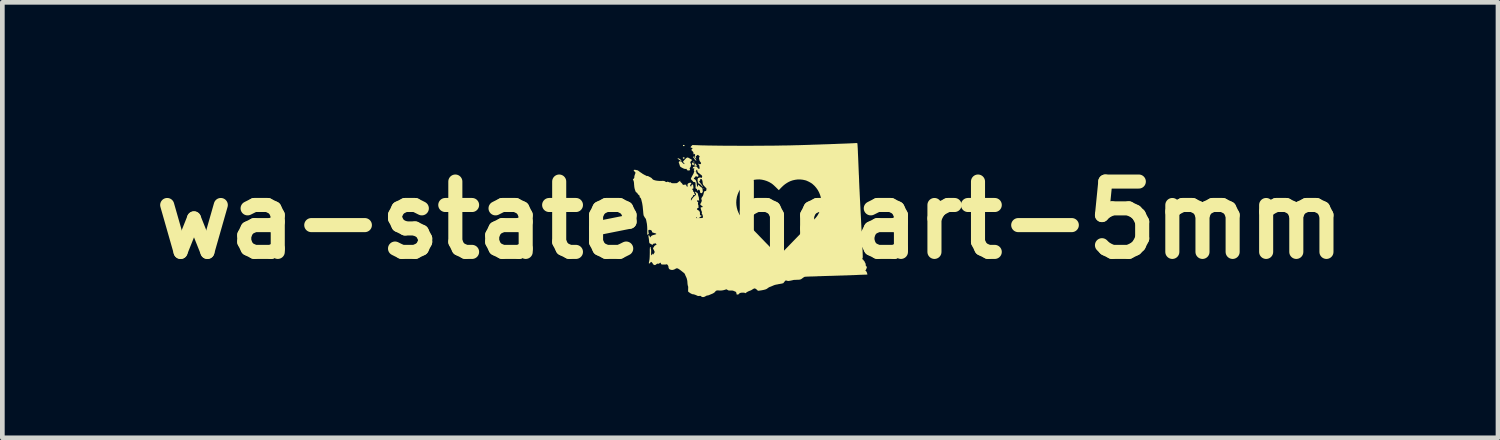
<source format=kicad_pcb>
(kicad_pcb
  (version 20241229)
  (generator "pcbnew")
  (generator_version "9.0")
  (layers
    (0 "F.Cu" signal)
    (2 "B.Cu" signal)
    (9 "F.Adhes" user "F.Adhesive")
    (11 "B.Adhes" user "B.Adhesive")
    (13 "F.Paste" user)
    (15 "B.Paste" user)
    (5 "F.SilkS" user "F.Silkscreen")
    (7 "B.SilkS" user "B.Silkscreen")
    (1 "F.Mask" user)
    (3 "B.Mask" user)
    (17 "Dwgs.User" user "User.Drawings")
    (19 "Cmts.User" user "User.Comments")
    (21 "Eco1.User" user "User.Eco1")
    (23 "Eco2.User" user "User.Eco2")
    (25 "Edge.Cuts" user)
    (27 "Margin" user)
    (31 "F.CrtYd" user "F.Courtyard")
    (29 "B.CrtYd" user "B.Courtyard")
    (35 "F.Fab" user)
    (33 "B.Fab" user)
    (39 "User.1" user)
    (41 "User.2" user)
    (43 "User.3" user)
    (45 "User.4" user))
  (footprint "wa-state-heart-5mm"
    (layer "F.Cu")
    (at 12.943 1.642)
    (property "Reference" "wa-state-heart-5mm" (at 0 0 0) (layer "F.SilkS") (effects (font (size 1.5 1.5) (thickness 0.3))))
    (attr board_only exclude_from_pos_files exclude_from_bom)
    (fp_poly (pts (xy -1.197 -1.248) (xy -1.19 -1.242) (xy -1.187 -1.234) (xy -1.189 -1.23) (xy -1.196 -1.23) (xy -1.199 -1.231) (xy -1.209 -1.236) (xy -1.213 -1.241) (xy -1.211 -1.246) (xy -1.205 -1.25)) (stroke (width 0) (type solid)) (fill yes) (layer "F.SilkS"))
    (fp_poly (pts (xy -0.991 -0.678) (xy -0.987 -0.675) (xy -0.983 -0.669) (xy -0.981 -0.663) (xy -0.982 -0.66) (xy -0.983 -0.66) (xy -0.988 -0.662) (xy -0.99 -0.664) (xy -0.993 -0.671) (xy -0.994 -0.674) (xy -0.993 -0.679)) (stroke (width 0) (type solid)) (fill yes) (layer "F.SilkS"))
    (fp_poly (pts (xy -1.419 -1.602) (xy -1.409 -1.598) (xy -1.4 -1.593) (xy -1.395 -1.587) (xy -1.396 -1.582) (xy -1.398 -1.58) (xy -1.404 -1.578) (xy -1.414 -1.577) (xy -1.424 -1.578) (xy -1.429 -1.579) (xy -1.432 -1.583) (xy -1.433 -1.591) (xy -1.433 -1.592) (xy -1.432 -1.599) (xy -1.427 -1.603)) (stroke (width 0) (type solid)) (fill yes) (layer "F.SilkS"))
    (fp_poly (pts (xy -1.406 -1.341) (xy -1.402 -1.337) (xy -1.401 -1.329) (xy -1.402 -1.319) (xy -1.405 -1.311) (xy -1.407 -1.308) (xy -1.414 -1.303) (xy -1.419 -1.302) (xy -1.422 -1.308) (xy -1.422 -1.309) (xy -1.427 -1.317) (xy -1.432 -1.319) (xy -1.438 -1.322) (xy -1.438 -1.326) (xy -1.434 -1.331) (xy -1.425 -1.337) (xy -1.415 -1.341) (xy -1.407 -1.341)) (stroke (width 0) (type solid)) (fill yes) (layer "F.SilkS"))
    (fp_poly (pts (xy -1.216 -1.228) (xy -1.21 -1.22) (xy -1.205 -1.21) (xy -1.2 -1.199) (xy -1.199 -1.192) (xy -1.201 -1.182) (xy -1.207 -1.175) (xy -1.214 -1.17) (xy -1.221 -1.17) (xy -1.227 -1.174) (xy -1.233 -1.183) (xy -1.238 -1.194) (xy -1.24 -1.204) (xy -1.241 -1.206) (xy -1.238 -1.213) (xy -1.233 -1.221) (xy -1.231 -1.223) (xy -1.225 -1.228) (xy -1.22 -1.23)) (stroke (width 0) (type solid)) (fill yes) (layer "F.SilkS"))
    (fp_poly (pts (xy -1.162 -1.195) (xy -1.15 -1.181) (xy -1.141 -1.169) (xy -1.136 -1.161) (xy -1.135 -1.156) (xy -1.138 -1.155) (xy -1.144 -1.157) (xy -1.152 -1.159) (xy -1.162 -1.158) (xy -1.165 -1.157) (xy -1.175 -1.155) (xy -1.18 -1.154) (xy -1.182 -1.155) (xy -1.184 -1.156) (xy -1.184 -1.156) (xy -1.185 -1.161) (xy -1.186 -1.17) (xy -1.185 -1.182) (xy -1.184 -1.195) (xy -1.183 -1.202) (xy -1.181 -1.216)) (stroke (width 0) (type solid)) (fill yes) (layer "F.SilkS"))
    (fp_poly (pts (xy -1.539 -1.318) (xy -1.529 -1.315) (xy -1.517 -1.311) (xy -1.505 -1.305) (xy -1.494 -1.298) (xy -1.491 -1.296) (xy -1.485 -1.29) (xy -1.478 -1.282) (xy -1.471 -1.273) (xy -1.466 -1.265) (xy -1.465 -1.261) (xy -1.467 -1.26) (xy -1.474 -1.261) (xy -1.484 -1.266) (xy -1.486 -1.267) (xy -1.502 -1.277) (xy -1.517 -1.287) (xy -1.53 -1.297) (xy -1.54 -1.305) (xy -1.547 -1.312) (xy -1.548 -1.315) (xy -1.546 -1.318)) (stroke (width 0) (type solid)) (fill yes) (layer "F.SilkS"))
    (fp_poly (pts (xy -1.203 -1.354) (xy -1.196 -1.345) (xy -1.194 -1.341) (xy -1.185 -1.328) (xy -1.175 -1.314) (xy -1.168 -1.306) (xy -1.157 -1.292) (xy -1.151 -1.282) (xy -1.148 -1.274) (xy -1.148 -1.271) (xy -1.149 -1.267) (xy -1.155 -1.267) (xy -1.163 -1.272) (xy -1.171 -1.28) (xy -1.181 -1.291) (xy -1.189 -1.302) (xy -1.192 -1.308) (xy -1.199 -1.319) (xy -1.207 -1.328) (xy -1.209 -1.331) (xy -1.215 -1.337) (xy -1.217 -1.342) (xy -1.216 -1.348) (xy -1.212 -1.355) (xy -1.208 -1.358)) (stroke (width 0) (type solid)) (fill yes) (layer "F.SilkS"))
    (fp_poly (pts (xy -1.328 -1.333) (xy -1.323 -1.332) (xy -1.317 -1.329) (xy -1.308 -1.324) (xy -1.296 -1.318) (xy -1.283 -1.31) (xy -1.27 -1.302) (xy -1.257 -1.295) (xy -1.247 -1.288) (xy -1.24 -1.283) (xy -1.237 -1.281) (xy -1.237 -1.281) (xy -1.239 -1.278) (xy -1.245 -1.272) (xy -1.253 -1.264) (xy -1.257 -1.261) (xy -1.268 -1.249) (xy -1.274 -1.239) (xy -1.276 -1.229) (xy -1.273 -1.218) (xy -1.266 -1.204) (xy -1.266 -1.204) (xy -1.261 -1.194) (xy -1.259 -1.187) (xy -1.259 -1.182) (xy -1.261 -1.177) (xy -1.261 -1.177) (xy -1.264 -1.167) (xy -1.265 -1.156) (xy -1.265 -1.155) (xy -1.267 -1.143) (xy -1.27 -1.134) (xy -1.279 -1.122) (xy -1.285 -1.114) (xy -1.289 -1.108) (xy -1.29 -1.103) (xy -1.289 -1.098) (xy -1.287 -1.092) (xy -1.286 -1.089) (xy -1.283 -1.076) (xy -1.281 -1.069) (xy -1.283 -1.064) (xy -1.287 -1.062) (xy -1.293 -1.061) (xy -1.31 -1.058) (xy -1.321 -1.057) (xy -1.328 -1.056) (xy -1.332 -1.057) (xy -1.333 -1.057) (xy -1.337 -1.061) (xy -1.34 -1.066) (xy -1.345 -1.073) (xy -1.35 -1.076) (xy -1.355 -1.08) (xy -1.356 -1.085) (xy -1.356 -1.09) (xy -1.359 -1.092) (xy -1.364 -1.092) (xy -1.373 -1.091) (xy -1.39 -1.091) (xy -1.408 -1.095) (xy -1.428 -1.103) (xy -1.451 -1.115) (xy -1.452 -1.115) (xy -1.464 -1.122) (xy -1.473 -1.128) (xy -1.48 -1.131) (xy -1.481 -1.132) (xy -1.485 -1.134) (xy -1.49 -1.141) (xy -1.496 -1.15) (xy -1.5 -1.16) (xy -1.502 -1.169) (xy -1.505 -1.179) (xy -1.508 -1.188) (xy -1.509 -1.189) (xy -1.512 -1.198) (xy -1.513 -1.204) (xy -1.515 -1.212) (xy -1.518 -1.216) (xy -1.522 -1.225) (xy -1.521 -1.236) (xy -1.518 -1.244) (xy -1.515 -1.249) (xy -1.511 -1.252) (xy -1.506 -1.253) (xy -1.497 -1.253) (xy -1.49 -1.253) (xy -1.477 -1.252) (xy -1.47 -1.25) (xy -1.465 -1.247) (xy -1.462 -1.244) (xy -1.455 -1.234) (xy -1.445 -1.224) (xy -1.435 -1.213) (xy -1.425 -1.204) (xy -1.418 -1.198) (xy -1.416 -1.197) (xy -1.408 -1.194) (xy -1.402 -1.194) (xy -1.398 -1.198) (xy -1.399 -1.203) (xy -1.405 -1.208) (xy -1.41 -1.21) (xy -1.417 -1.213) (xy -1.42 -1.218) (xy -1.42 -1.222) (xy -1.422 -1.232) (xy -1.427 -1.239) (xy -1.433 -1.246) (xy -1.411 -1.271) (xy -1.392 -1.292) (xy -1.377 -1.308) (xy -1.364 -1.32) (xy -1.354 -1.328) (xy -1.345 -1.332) (xy -1.336 -1.334)) (stroke (width 0) (type solid)) (fill yes) (layer "F.SilkS"))
    (fp_poly (pts (xy 2.277 -1.642) (xy 2.283 -1.641) (xy 2.283 -1.641) (xy 2.284 -1.637) (xy 2.286 -1.628) (xy 2.287 -1.616) (xy 2.289 -1.602) (xy 2.289 -1.594) (xy 2.29 -1.579) (xy 2.291 -1.559) (xy 2.293 -1.534) (xy 2.294 -1.504) (xy 2.296 -1.471) (xy 2.297 -1.433) (xy 2.299 -1.393) (xy 2.301 -1.35) (xy 2.303 -1.304) (xy 2.305 -1.257) (xy 2.307 -1.208) (xy 2.309 -1.159) (xy 2.311 -1.109) (xy 2.313 -1.059) (xy 2.315 -1.01) (xy 2.317 -0.962) (xy 2.318 -0.957) (xy 2.319 -0.93) (xy 2.32 -0.905) (xy 2.321 -0.881) (xy 2.322 -0.858) (xy 2.322 -0.836) (xy 2.323 -0.814) (xy 2.324 -0.793) (xy 2.325 -0.771) (xy 2.326 -0.748) (xy 2.327 -0.725) (xy 2.328 -0.701) (xy 2.329 -0.676) (xy 2.331 -0.649) (xy 2.332 -0.62) (xy 2.334 -0.588) (xy 2.335 -0.555) (xy 2.337 -0.518) (xy 2.339 -0.478) (xy 2.341 -0.435) (xy 2.344 -0.388) (xy 2.346 -0.338) (xy 2.349 -0.282) (xy 2.352 -0.223) (xy 2.355 -0.158) (xy 2.359 -0.088) (xy 2.363 -0.013) (xy 2.367 0.068) (xy 2.371 0.155) (xy 2.372 0.171) (xy 2.376 0.247) (xy 2.379 0.315) (xy 2.382 0.378) (xy 2.385 0.436) (xy 2.388 0.488) (xy 2.39 0.535) (xy 2.392 0.577) (xy 2.394 0.615) (xy 2.396 0.648) (xy 2.397 0.678) (xy 2.398 0.703) (xy 2.399 0.725) (xy 2.399 0.744) (xy 2.4 0.76) (xy 2.4 0.774) (xy 2.4 0.785) (xy 2.4 0.793) (xy 2.399 0.8) (xy 2.399 0.805) (xy 2.398 0.809) (xy 2.397 0.812) (xy 2.397 0.814) (xy 2.395 0.815) (xy 2.394 0.816) (xy 2.393 0.817) (xy 2.393 0.818) (xy 2.389 0.824) (xy 2.389 0.831) (xy 2.394 0.835) (xy 2.394 0.835) (xy 2.403 0.839) (xy 2.411 0.846) (xy 2.416 0.853) (xy 2.417 0.856) (xy 2.419 0.861) (xy 2.425 0.868) (xy 2.428 0.87) (xy 2.438 0.88) (xy 2.441 0.891) (xy 2.445 0.901) (xy 2.45 0.909) (xy 2.451 0.909) (xy 2.456 0.917) (xy 2.46 0.93) (xy 2.463 0.943) (xy 2.463 0.956) (xy 2.463 0.957) (xy 2.463 0.965) (xy 2.466 0.972) (xy 2.472 0.98) (xy 2.481 0.99) (xy 2.486 0.997) (xy 2.488 1.003) (xy 2.487 1.009) (xy 2.484 1.018) (xy 2.482 1.024) (xy 2.476 1.041) (xy 2.469 1.055) (xy 2.464 1.066) (xy 2.459 1.072) (xy 2.459 1.072) (xy 2.455 1.076) (xy 2.458 1.081) (xy 2.463 1.083) (xy 2.47 1.088) (xy 2.477 1.096) (xy 2.478 1.097) (xy 2.482 1.105) (xy 2.487 1.116) (xy 2.491 1.128) (xy 2.495 1.141) (xy 2.498 1.151) (xy 2.499 1.158) (xy 2.499 1.16) (xy 2.495 1.161) (xy 2.486 1.162) (xy 2.474 1.162) (xy 2.466 1.163) (xy 2.451 1.163) (xy 2.43 1.164) (xy 2.404 1.165) (xy 2.373 1.166) (xy 2.337 1.167) (xy 2.298 1.169) (xy 2.255 1.171) (xy 2.209 1.173) (xy 2.201 1.173) (xy 2.171 1.174) (xy 2.135 1.176) (xy 2.095 1.177) (xy 2.051 1.179) (xy 2.005 1.18) (xy 1.956 1.182) (xy 1.906 1.183) (xy 1.857 1.185) (xy 1.808 1.186) (xy 1.761 1.188) (xy 1.716 1.189) (xy 1.704 1.189) (xy 1.671 1.19) (xy 1.638 1.191) (xy 1.604 1.192) (xy 1.572 1.193) (xy 1.542 1.194) (xy 1.517 1.195) (xy 1.497 1.196) (xy 1.475 1.196) (xy 1.448 1.197) (xy 1.417 1.199) (xy 1.385 1.2) (xy 1.352 1.201) (xy 1.32 1.202) (xy 1.305 1.202) (xy 1.277 1.203) (xy 1.251 1.204) (xy 1.227 1.205) (xy 1.206 1.206) (xy 1.189 1.207) (xy 1.176 1.208) (xy 1.17 1.208) (xy 1.161 1.21) (xy 1.153 1.213) (xy 1.143 1.219) (xy 1.132 1.227) (xy 1.123 1.233) (xy 1.107 1.245) (xy 1.095 1.254) (xy 1.084 1.26) (xy 1.073 1.265) (xy 1.062 1.268) (xy 1.049 1.27) (xy 1.033 1.272) (xy 1.012 1.272) (xy 0.994 1.273) (xy 0.968 1.274) (xy 0.949 1.274) (xy 0.933 1.276) (xy 0.922 1.277) (xy 0.914 1.279) (xy 0.91 1.28) (xy 0.9 1.283) (xy 0.885 1.286) (xy 0.868 1.29) (xy 0.85 1.293) (xy 0.833 1.296) (xy 0.819 1.298) (xy 0.811 1.298) (xy 0.801 1.297) (xy 0.789 1.294) (xy 0.781 1.292) (xy 0.771 1.288) (xy 0.764 1.287) (xy 0.759 1.287) (xy 0.754 1.29) (xy 0.747 1.295) (xy 0.739 1.304) (xy 0.73 1.315) (xy 0.727 1.318) (xy 0.719 1.329) (xy 0.711 1.339) (xy 0.705 1.345) (xy 0.703 1.346) (xy 0.697 1.348) (xy 0.686 1.35) (xy 0.672 1.354) (xy 0.656 1.357) (xy 0.651 1.358) (xy 0.633 1.361) (xy 0.617 1.364) (xy 0.603 1.366) (xy 0.593 1.368) (xy 0.592 1.369) (xy 0.582 1.371) (xy 0.569 1.373) (xy 0.554 1.376) (xy 0.55 1.377) (xy 0.53 1.381) (xy 0.51 1.388) (xy 0.488 1.397) (xy 0.484 1.399) (xy 0.468 1.406) (xy 0.451 1.413) (xy 0.436 1.419) (xy 0.425 1.423) (xy 0.413 1.427) (xy 0.402 1.433) (xy 0.39 1.44) (xy 0.376 1.45) (xy 0.363 1.46) (xy 0.352 1.467) (xy 0.338 1.474) (xy 0.329 1.477) (xy 0.309 1.483) (xy 0.285 1.489) (xy 0.259 1.494) (xy 0.232 1.499) (xy 0.208 1.502) (xy 0.199 1.504) (xy 0.166 1.507) (xy 0.146 1.488) (xy 0.129 1.473) (xy 0.114 1.463) (xy 0.101 1.458) (xy 0.087 1.458) (xy 0.072 1.464) (xy 0.055 1.474) (xy 0.049 1.478) (xy 0.035 1.487) (xy 0.019 1.496) (xy 0.006 1.502) (xy -0.019 1.511) (xy -0.038 1.519) (xy -0.054 1.527) (xy -0.067 1.534) (xy -0.077 1.541) (xy -0.081 1.544) (xy -0.1 1.559) (xy -0.113 1.553) (xy -0.121 1.55) (xy -0.131 1.548) (xy -0.143 1.547) (xy -0.16 1.547) (xy -0.186 1.548) (xy -0.206 1.552) (xy -0.221 1.557) (xy -0.232 1.565) (xy -0.237 1.571) (xy -0.243 1.578) (xy -0.249 1.584) (xy -0.251 1.584) (xy -0.259 1.586) (xy -0.269 1.587) (xy -0.278 1.587) (xy -0.285 1.587) (xy -0.287 1.586) (xy -0.289 1.582) (xy -0.291 1.573) (xy -0.292 1.563) (xy -0.296 1.547) (xy -0.301 1.536) (xy -0.31 1.528) (xy -0.324 1.521) (xy -0.326 1.521) (xy -0.338 1.516) (xy -0.35 1.511) (xy -0.356 1.508) (xy -0.361 1.506) (xy -0.368 1.504) (xy -0.377 1.503) (xy -0.389 1.502) (xy -0.406 1.502) (xy -0.412 1.502) (xy -0.457 1.502) (xy -0.482 1.489) (xy -0.508 1.475) (xy -0.535 1.485) (xy -0.568 1.494) (xy -0.6 1.5) (xy -0.63 1.502) (xy -0.649 1.502) (xy -0.674 1.5) (xy -0.693 1.499) (xy -0.709 1.501) (xy -0.721 1.504) (xy -0.731 1.51) (xy -0.74 1.518) (xy -0.747 1.528) (xy -0.756 1.538) (xy -0.766 1.546) (xy -0.779 1.555) (xy -0.786 1.559) (xy -0.799 1.566) (xy -0.812 1.572) (xy -0.823 1.576) (xy -0.825 1.577) (xy -0.834 1.581) (xy -0.847 1.586) (xy -0.86 1.592) (xy -0.863 1.593) (xy -0.884 1.602) (xy -0.904 1.607) (xy -0.909 1.607) (xy -0.925 1.61) (xy -0.936 1.614) (xy -0.944 1.619) (xy -0.965 1.631) (xy -0.985 1.639) (xy -1.004 1.642) (xy -1.021 1.64) (xy -1.022 1.64) (xy -1.033 1.635) (xy -1.044 1.628) (xy -1.047 1.625) (xy -1.059 1.615) (xy -1.086 1.617) (xy -1.1 1.618) (xy -1.11 1.618) (xy -1.117 1.617) (xy -1.126 1.613) (xy -1.136 1.608) (xy -1.155 1.6) (xy -1.174 1.592) (xy -1.194 1.586) (xy -1.211 1.582) (xy -1.224 1.58) (xy -1.226 1.58) (xy -1.235 1.58) (xy -1.241 1.578) (xy -1.242 1.577) (xy -1.246 1.574) (xy -1.254 1.57) (xy -1.255 1.569) (xy -1.265 1.565) (xy -1.277 1.558) (xy -1.289 1.549) (xy -1.302 1.541) (xy -1.312 1.533) (xy -1.319 1.527) (xy -1.321 1.525) (xy -1.323 1.519) (xy -1.323 1.507) (xy -1.323 1.49) (xy -1.322 1.47) (xy -1.322 1.451) (xy -1.321 1.437) (xy -1.322 1.427) (xy -1.322 1.419) (xy -1.324 1.412) (xy -1.327 1.405) (xy -1.327 1.405) (xy -1.33 1.393) (xy -1.333 1.378) (xy -1.336 1.357) (xy -1.337 1.343) (xy -1.339 1.313) (xy -1.342 1.287) (xy -1.347 1.266) (xy -1.352 1.245) (xy -1.36 1.225) (xy -1.369 1.204) (xy -1.373 1.197) (xy -1.379 1.184) (xy -1.384 1.172) (xy -1.388 1.162) (xy -1.388 1.162) (xy -1.391 1.154) (xy -1.394 1.148) (xy -1.398 1.141) (xy -1.405 1.134) (xy -1.413 1.126) (xy -1.426 1.116) (xy -1.442 1.103) (xy -1.45 1.097) (xy -1.476 1.076) (xy -1.498 1.06) (xy -1.516 1.047) (xy -1.531 1.038) (xy -1.543 1.032) (xy -1.551 1.029) (xy -1.564 1.028) (xy -1.576 1.03) (xy -1.587 1.034) (xy -1.591 1.038) (xy -1.596 1.042) (xy -1.605 1.047) (xy -1.611 1.049) (xy -1.623 1.054) (xy -1.635 1.058) (xy -1.64 1.06) (xy -1.655 1.063) (xy -1.673 1.063) (xy -1.691 1.059) (xy -1.709 1.054) (xy -1.722 1.046) (xy -1.733 1.032) (xy -1.74 1.015) (xy -1.741 1.003) (xy -1.744 0.984) (xy -1.752 0.966) (xy -1.764 0.952) (xy -1.775 0.941) (xy -1.795 0.946) (xy -1.806 0.947) (xy -1.821 0.948) (xy -1.838 0.948) (xy -1.855 0.948) (xy -1.871 0.947) (xy -1.884 0.946) (xy -1.892 0.944) (xy -1.893 0.943) (xy -1.899 0.937) (xy -1.903 0.926) (xy -1.904 0.925) (xy -1.907 0.916) (xy -1.911 0.909) (xy -1.912 0.908) (xy -1.917 0.909) (xy -1.925 0.914) (xy -1.93 0.918) (xy -1.942 0.927) (xy -1.952 0.931) (xy -1.962 0.931) (xy -1.966 0.93) (xy -1.973 0.928) (xy -1.979 0.929) (xy -1.988 0.934) (xy -1.989 0.934) (xy -1.998 0.94) (xy -2.004 0.944) (xy -2.005 0.946) (xy -2.009 0.949) (xy -2.017 0.954) (xy -2.02 0.955) (xy -2.029 0.959) (xy -2.036 0.959) (xy -2.043 0.957) (xy -2.044 0.957) (xy -2.056 0.951) (xy -2.066 0.944) (xy -2.073 0.938) (xy -2.074 0.934) (xy -2.076 0.927) (xy -2.083 0.917) (xy -2.093 0.905) (xy -2.097 0.9) (xy -2.106 0.893) (xy -2.115 0.892) (xy -2.122 0.897) (xy -2.124 0.901) (xy -2.13 0.91) (xy -2.139 0.918) (xy -2.147 0.924) (xy -2.154 0.926) (xy -2.158 0.925) (xy -2.16 0.921) (xy -2.16 0.913) (xy -2.158 0.901) (xy -2.156 0.891) (xy -2.151 0.868) (xy -2.147 0.842) (xy -2.144 0.812) (xy -2.142 0.778) (xy -2.141 0.739) (xy -2.14 0.695) (xy -2.14 0.684) (xy -2.14 0.654) (xy -2.14 0.63) (xy -2.139 0.611) (xy -2.138 0.596) (xy -2.137 0.586) (xy -2.136 0.58) (xy -2.133 0.576) (xy -2.131 0.575) (xy -2.127 0.576) (xy -2.125 0.577) (xy -2.12 0.581) (xy -2.119 0.586) (xy -2.12 0.593) (xy -2.121 0.603) (xy -2.119 0.611) (xy -2.119 0.612) (xy -2.114 0.625) (xy -2.112 0.642) (xy -2.111 0.664) (xy -2.112 0.692) (xy -2.112 0.693) (xy -2.113 0.712) (xy -2.114 0.727) (xy -2.113 0.738) (xy -2.112 0.743) (xy -2.108 0.749) (xy -2.103 0.749) (xy -2.099 0.745) (xy -2.097 0.739) (xy -2.095 0.725) (xy -2.093 0.717) (xy -2.09 0.715) (xy -2.087 0.717) (xy -2.082 0.724) (xy -2.08 0.727) (xy -2.073 0.739) (xy -2.063 0.727) (xy -2.055 0.717) (xy -2.047 0.704) (xy -2.043 0.697) (xy -2.034 0.679) (xy -2.041 0.667) (xy -2.046 0.658) (xy -2.048 0.65) (xy -2.048 0.648) (xy -2.05 0.643) (xy -2.055 0.634) (xy -2.058 0.63) (xy -2.066 0.619) (xy -2.07 0.607) (xy -2.07 0.606) (xy -2.07 0.598) (xy -2.068 0.592) (xy -2.063 0.585) (xy -2.06 0.582) (xy -2.053 0.574) (xy -2.048 0.565) (xy -2.047 0.561) (xy -2.044 0.554) (xy -2.037 0.548) (xy -2.028 0.542) (xy -2.017 0.535) (xy -2.007 0.528) (xy -2.002 0.525) (xy -1.993 0.517) (xy -2.01 0.504) (xy -2.021 0.495) (xy -2.03 0.491) (xy -2.034 0.492) (xy -2.035 0.497) (xy -2.038 0.502) (xy -2.045 0.506) (xy -2.055 0.506) (xy -2.062 0.504) (xy -2.068 0.502) (xy -2.07 0.504) (xy -2.071 0.51) (xy -2.071 0.511) (xy -2.071 0.519) (xy -2.073 0.523) (xy -2.073 0.524) (xy -2.079 0.524) (xy -2.089 0.523) (xy -2.1 0.519) (xy -2.111 0.515) (xy -2.118 0.51) (xy -2.127 0.504) (xy -2.135 0.499) (xy -2.137 0.499) (xy -2.142 0.496) (xy -2.146 0.492) (xy -2.149 0.485) (xy -2.152 0.474) (xy -2.154 0.458) (xy -2.156 0.437) (xy -2.156 0.436) (xy -2.158 0.417) (xy -2.16 0.398) (xy -2.163 0.381) (xy -2.165 0.368) (xy -2.165 0.367) (xy -2.169 0.349) (xy -2.169 0.336) (xy -2.168 0.328) (xy -2.163 0.325) (xy -2.162 0.324) (xy -2.154 0.326) (xy -2.147 0.334) (xy -2.141 0.347) (xy -2.14 0.352) (xy -2.136 0.363) (xy -2.132 0.367) (xy -2.127 0.366) (xy -2.122 0.357) (xy -2.12 0.355) (xy -2.111 0.342) (xy -2.095 0.33) (xy -2.074 0.321) (xy -2.052 0.315) (xy -2.032 0.31) (xy -2.017 0.305) (xy -2.006 0.301) (xy -2.001 0.297) (xy -2 0.296) (xy -2.003 0.292) (xy -2.009 0.288) (xy -2.018 0.283) (xy -2.026 0.28) (xy -2.031 0.279) (xy -2.037 0.278) (xy -2.047 0.275) (xy -2.059 0.271) (xy -2.064 0.27) (xy -2.077 0.265) (xy -2.085 0.262) (xy -2.09 0.259) (xy -2.091 0.255) (xy -2.092 0.25) (xy -2.092 0.249) (xy -2.095 0.235) (xy -2.103 0.223) (xy -2.116 0.215) (xy -2.133 0.209) (xy -2.145 0.208) (xy -2.156 0.209) (xy -2.164 0.211) (xy -2.166 0.212) (xy -2.169 0.218) (xy -2.17 0.229) (xy -2.17 0.243) (xy -2.168 0.258) (xy -2.165 0.272) (xy -2.163 0.283) (xy -2.162 0.291) (xy -2.162 0.295) (xy -2.166 0.298) (xy -2.174 0.303) (xy -2.179 0.306) (xy -2.194 0.314) (xy -2.194 0.223) (xy -2.194 0.19) (xy -2.195 0.162) (xy -2.196 0.138) (xy -2.198 0.116) (xy -2.2 0.094) (xy -2.203 0.072) (xy -2.208 0.048) (xy -2.212 0.027) (xy -2.216 0.007) (xy -2.22 -0.009) (xy -2.223 -0.02) (xy -2.227 -0.028) (xy -2.231 -0.035) (xy -2.236 -0.041) (xy -2.236 -0.041) (xy -2.245 -0.052) (xy -2.252 -0.064) (xy -2.254 -0.067) (xy -2.259 -0.077) (xy -2.263 -0.085) (xy -2.265 -0.087) (xy -2.268 -0.091) (xy -2.27 -0.096) (xy -2.272 -0.103) (xy -2.274 -0.113) (xy -2.276 -0.126) (xy -2.278 -0.144) (xy -2.28 -0.167) (xy -2.282 -0.193) (xy -2.286 -0.231) (xy -2.289 -0.264) (xy -2.292 -0.294) (xy -2.296 -0.32) (xy -2.3 -0.344) (xy -2.304 -0.367) (xy -2.31 -0.39) (xy -2.316 -0.415) (xy -2.318 -0.423) (xy -2.323 -0.442) (xy -2.327 -0.455) (xy -2.332 -0.465) (xy -2.336 -0.472) (xy -2.342 -0.477) (xy -2.346 -0.48) (xy -2.353 -0.484) (xy -2.355 -0.49) (xy -2.356 -0.499) (xy -2.357 -0.511) (xy -2.36 -0.521) (xy -2.365 -0.529) (xy -2.37 -0.532) (xy -2.37 -0.532) (xy -2.375 -0.534) (xy -2.382 -0.541) (xy -2.39 -0.549) (xy -2.397 -0.558) (xy -2.402 -0.565) (xy -2.404 -0.57) (xy -2.407 -0.577) (xy -2.416 -0.584) (xy -2.418 -0.585) (xy -2.427 -0.591) (xy -2.434 -0.596) (xy -2.439 -0.603) (xy -2.444 -0.612) (xy -2.449 -0.626) (xy -2.453 -0.638) (xy -2.459 -0.656) (xy -2.464 -0.673) (xy -2.467 -0.689) (xy -2.47 -0.706) (xy -2.472 -0.726) (xy -2.474 -0.75) (xy -2.475 -0.757) (xy -2.476 -0.781) (xy -2.478 -0.8) (xy -2.48 -0.815) (xy -2.483 -0.827) (xy -2.487 -0.839) (xy -2.492 -0.85) (xy -2.492 -0.851) (xy -2.5 -0.868) (xy -2.485 -0.882) (xy -2.477 -0.89) (xy -2.473 -0.897) (xy -2.471 -0.903) (xy -2.47 -0.913) (xy -2.47 -0.919) (xy -2.469 -0.932) (xy -2.466 -0.946) (xy -2.461 -0.962) (xy -2.456 -0.976) (xy -2.443 -1.011) (xy -2.461 -1.03) (xy -2.474 -1.045) (xy -2.481 -1.056) (xy -2.484 -1.063) (xy -2.481 -1.068) (xy -2.473 -1.071) (xy -2.46 -1.072) (xy -2.457 -1.072) (xy -2.444 -1.07) (xy -2.431 -1.068) (xy -2.425 -1.066) (xy -2.416 -1.063) (xy -2.408 -1.062) (xy -2.407 -1.063) (xy -2.4 -1.062) (xy -2.395 -1.058) (xy -2.389 -1.053) (xy -2.384 -1.051) (xy -2.379 -1.049) (xy -2.373 -1.043) (xy -2.372 -1.043) (xy -2.366 -1.037) (xy -2.356 -1.03) (xy -2.348 -1.024) (xy -2.338 -1.017) (xy -2.324 -1.008) (xy -2.31 -0.999) (xy -2.304 -0.994) (xy -2.289 -0.984) (xy -2.271 -0.974) (xy -2.253 -0.964) (xy -2.246 -0.96) (xy -2.232 -0.954) (xy -2.22 -0.948) (xy -2.212 -0.943) (xy -2.208 -0.941) (xy -2.203 -0.937) (xy -2.196 -0.939) (xy -2.195 -0.939) (xy -2.191 -0.941) (xy -2.187 -0.941) (xy -2.181 -0.939) (xy -2.172 -0.935) (xy -2.16 -0.929) (xy -2.144 -0.92) (xy -2.126 -0.911) (xy -2.113 -0.903) (xy -2.104 -0.897) (xy -2.097 -0.891) (xy -2.093 -0.886) (xy -2.086 -0.877) (xy -2.075 -0.867) (xy -2.07 -0.863) (xy -2.055 -0.856) (xy -2.034 -0.849) (xy -2.01 -0.843) (xy -1.982 -0.839) (xy -1.953 -0.836) (xy -1.923 -0.834) (xy -1.893 -0.835) (xy -1.889 -0.835) (xy -1.865 -0.836) (xy -1.846 -0.835) (xy -1.831 -0.832) (xy -1.819 -0.828) (xy -1.809 -0.821) (xy -1.809 -0.82) (xy -1.8 -0.815) (xy -1.79 -0.811) (xy -1.781 -0.811) (xy -1.775 -0.813) (xy -1.774 -0.814) (xy -1.769 -0.817) (xy -1.76 -0.818) (xy -1.75 -0.816) (xy -1.74 -0.813) (xy -1.735 -0.81) (xy -1.728 -0.806) (xy -1.719 -0.804) (xy -1.707 -0.804) (xy -1.694 -0.805) (xy -1.689 -0.804) (xy -1.687 -0.799) (xy -1.683 -0.793) (xy -1.676 -0.789) (xy -1.668 -0.787) (xy -1.656 -0.786) (xy -1.641 -0.786) (xy -1.623 -0.785) (xy -1.606 -0.786) (xy -1.589 -0.786) (xy -1.575 -0.787) (xy -1.565 -0.788) (xy -1.562 -0.789) (xy -1.555 -0.793) (xy -1.546 -0.799) (xy -1.537 -0.806) (xy -1.52 -0.82) (xy -1.506 -0.829) (xy -1.496 -0.835) (xy -1.49 -0.837) (xy -1.486 -0.836) (xy -1.486 -0.834) (xy -1.489 -0.829) (xy -1.491 -0.825) (xy -1.492 -0.822) (xy -1.491 -0.818) (xy -1.487 -0.813) (xy -1.479 -0.806) (xy -1.468 -0.796) (xy -1.461 -0.79) (xy -1.453 -0.781) (xy -1.445 -0.77) (xy -1.442 -0.765) (xy -1.433 -0.75) (xy -1.418 -0.752) (xy -1.405 -0.754) (xy -1.391 -0.755) (xy -1.383 -0.755) (xy -1.364 -0.755) (xy -1.362 -0.739) (xy -1.36 -0.73) (xy -1.357 -0.723) (xy -1.356 -0.721) (xy -1.346 -0.717) (xy -1.337 -0.715) (xy -1.332 -0.716) (xy -1.329 -0.718) (xy -1.329 -0.722) (xy -1.332 -0.727) (xy -1.335 -0.737) (xy -1.337 -0.748) (xy -1.337 -0.751) (xy -1.334 -0.766) (xy -1.325 -0.779) (xy -1.311 -0.788) (xy -1.291 -0.795) (xy -1.281 -0.797) (xy -1.269 -0.797) (xy -1.261 -0.794) (xy -1.257 -0.787) (xy -1.257 -0.779) (xy -1.257 -0.772) (xy -1.26 -0.766) (xy -1.268 -0.761) (xy -1.27 -0.76) (xy -1.278 -0.755) (xy -1.281 -0.751) (xy -1.281 -0.746) (xy -1.281 -0.743) (xy -1.278 -0.734) (xy -1.273 -0.726) (xy -1.267 -0.718) (xy -1.262 -0.713) (xy -1.259 -0.713) (xy -1.256 -0.716) (xy -1.256 -0.723) (xy -1.255 -0.733) (xy -1.25 -0.742) (xy -1.243 -0.751) (xy -1.235 -0.756) (xy -1.228 -0.759) (xy -1.221 -0.757) (xy -1.22 -0.755) (xy -1.218 -0.75) (xy -1.215 -0.739) (xy -1.213 -0.725) (xy -1.212 -0.71) (xy -1.211 -0.694) (xy -1.21 -0.684) (xy -1.211 -0.676) (xy -1.213 -0.672) (xy -1.218 -0.671) (xy -1.22 -0.67) (xy -1.23 -0.668) (xy -1.236 -0.663) (xy -1.237 -0.66) (xy -1.235 -0.656) (xy -1.23 -0.649) (xy -1.226 -0.645) (xy -1.219 -0.635) (xy -1.216 -0.627) (xy -1.215 -0.619) (xy -1.214 -0.61) (xy -1.211 -0.605) (xy -1.205 -0.601) (xy -1.197 -0.595) (xy -1.193 -0.587) (xy -1.195 -0.579) (xy -1.196 -0.578) (xy -1.197 -0.573) (xy -1.194 -0.567) (xy -1.187 -0.562) (xy -1.181 -0.561) (xy -1.175 -0.559) (xy -1.174 -0.553) (xy -1.177 -0.545) (xy -1.179 -0.542) (xy -1.185 -0.537) (xy -1.192 -0.534) (xy -1.201 -0.534) (xy -1.216 -0.534) (xy -1.218 -0.52) (xy -1.22 -0.512) (xy -1.224 -0.504) (xy -1.231 -0.495) (xy -1.238 -0.488) (xy -1.248 -0.477) (xy -1.255 -0.469) (xy -1.259 -0.46) (xy -1.261 -0.449) (xy -1.264 -0.435) (xy -1.264 -0.425) (xy -1.262 -0.42) (xy -1.258 -0.42) (xy -1.253 -0.426) (xy -1.248 -0.435) (xy -1.239 -0.451) (xy -1.226 -0.469) (xy -1.21 -0.488) (xy -1.191 -0.507) (xy -1.179 -0.518) (xy -1.169 -0.527) (xy -1.162 -0.531) (xy -1.16 -0.532) (xy -1.156 -0.533) (xy -1.155 -0.535) (xy -1.154 -0.541) (xy -1.155 -0.551) (xy -1.159 -0.568) (xy -1.166 -0.58) (xy -1.174 -0.589) (xy -1.178 -0.595) (xy -1.179 -0.599) (xy -1.178 -0.602) (xy -1.177 -0.604) (xy -1.173 -0.607) (xy -1.17 -0.606) (xy -1.164 -0.601) (xy -1.163 -0.601) (xy -1.157 -0.596) (xy -1.152 -0.594) (xy -1.151 -0.594) (xy -1.148 -0.594) (xy -1.148 -0.593) (xy -1.145 -0.59) (xy -1.138 -0.586) (xy -1.136 -0.585) (xy -1.128 -0.58) (xy -1.121 -0.573) (xy -1.116 -0.563) (xy -1.112 -0.548) (xy -1.111 -0.539) (xy -1.108 -0.526) (xy -1.105 -0.513) (xy -1.102 -0.504) (xy -1.101 -0.503) (xy -1.098 -0.495) (xy -1.095 -0.483) (xy -1.093 -0.469) (xy -1.093 -0.467) (xy -1.092 -0.453) (xy -1.09 -0.439) (xy -1.088 -0.43) (xy -1.088 -0.428) (xy -1.086 -0.417) (xy -1.108 -0.419) (xy -1.122 -0.419) (xy -1.13 -0.419) (xy -1.134 -0.415) (xy -1.134 -0.409) (xy -1.133 -0.404) (xy -1.129 -0.396) (xy -1.121 -0.39) (xy -1.12 -0.389) (xy -1.108 -0.385) (xy -1.111 -0.366) (xy -1.113 -0.351) (xy -1.113 -0.341) (xy -1.112 -0.333) (xy -1.109 -0.328) (xy -1.108 -0.327) (xy -1.104 -0.321) (xy -1.103 -0.309) (xy -1.103 -0.301) (xy -1.102 -0.29) (xy -1.101 -0.281) (xy -1.099 -0.277) (xy -1.097 -0.271) (xy -1.099 -0.265) (xy -1.106 -0.263) (xy -1.106 -0.263) (xy -1.113 -0.26) (xy -1.121 -0.254) (xy -1.129 -0.246) (xy -1.134 -0.239) (xy -1.135 -0.235) (xy -1.132 -0.228) (xy -1.125 -0.22) (xy -1.114 -0.213) (xy -1.106 -0.208) (xy -1.093 -0.202) (xy -1.084 -0.193) (xy -1.08 -0.185) (xy -1.08 -0.184) (xy -1.078 -0.176) (xy -1.075 -0.172) (xy -1.073 -0.168) (xy -1.071 -0.16) (xy -1.071 -0.148) (xy -1.071 -0.14) (xy -1.071 -0.123) (xy -1.069 -0.112) (xy -1.065 -0.105) (xy -1.058 -0.1) (xy -1.049 -0.097) (xy -1.039 -0.093) (xy -1.036 -0.089) (xy -1.039 -0.083) (xy -1.048 -0.077) (xy -1.059 -0.071) (xy -1.07 -0.062) (xy -1.075 -0.058) (xy -1.086 -0.049) (xy -1.098 -0.041) (xy -1.104 -0.038) (xy -1.113 -0.034) (xy -1.119 -0.033) (xy -1.122 -0.035) (xy -1.125 -0.037) (xy -1.131 -0.044) (xy -1.135 -0.053) (xy -1.135 -0.053) (xy -1.138 -0.06) (xy -1.141 -0.064) (xy -1.141 -0.064) (xy -1.144 -0.061) (xy -1.148 -0.055) (xy -1.152 -0.046) (xy -1.155 -0.037) (xy -1.157 -0.03) (xy -1.157 -0.029) (xy -1.155 -0.024) (xy -1.152 -0.022) (xy -1.142 -0.02) (xy -1.129 -0.013) (xy -1.114 -0.002) (xy -1.108 0.003) (xy -1.095 0.014) (xy -1.086 0.021) (xy -1.08 0.024) (xy -1.075 0.023) (xy -1.07 0.02) (xy -1.066 0.016) (xy -1.057 0.007) (xy -1.068 0.002) (xy -1.076 -0.002) (xy -1.081 -0.006) (xy -1.082 -0.006) (xy -1.081 -0.01) (xy -1.074 -0.016) (xy -1.063 -0.023) (xy -1.047 -0.03) (xy -1.043 -0.033) (xy -1.027 -0.04) (xy -1.016 -0.047) (xy -1.01 -0.054) (xy -1.007 -0.062) (xy -1.007 -0.068) (xy -1.008 -0.08) (xy -1.012 -0.096) (xy -1.017 -0.112) (xy -1.023 -0.126) (xy -1.028 -0.134) (xy -1.033 -0.141) (xy -1.034 -0.146) (xy -1.033 -0.153) (xy -1.031 -0.157) (xy -1.027 -0.165) (xy -1.027 -0.17) (xy -1.029 -0.176) (xy -1.033 -0.183) (xy -1.039 -0.195) (xy -1.043 -0.209) (xy -1.045 -0.215) (xy -1.048 -0.228) (xy -1.052 -0.242) (xy -1.054 -0.248) (xy -1.057 -0.257) (xy -1.057 -0.262) (xy -1.056 -0.266) (xy -1.054 -0.268) (xy -1.046 -0.272) (xy -1.033 -0.274) (xy -1.032 -0.274) (xy -1.022 -0.275) (xy -1.015 -0.277) (xy -1.013 -0.278) (xy -1.012 -0.283) (xy -1.015 -0.29) (xy -1.022 -0.297) (xy -1.031 -0.304) (xy -1.037 -0.308) (xy -1.048 -0.315) (xy -1.057 -0.324) (xy -1.063 -0.334) (xy -1.064 -0.339) (xy -1.063 -0.344) (xy -1.058 -0.352) (xy -1.053 -0.361) (xy -1.045 -0.375) (xy -0.297 -0.375) (xy -0.294 -0.32) (xy -0.285 -0.266) (xy -0.271 -0.213) (xy -0.251 -0.162) (xy -0.226 -0.114) (xy -0.198 -0.073) (xy -0.192 -0.066) (xy -0.182 -0.054) (xy -0.167 -0.038) (xy -0.147 -0.017) (xy -0.124 0.008) (xy -0.096 0.038) (xy -0.063 0.072) (xy -0.026 0.11) (xy 0.015 0.153) (xy 0.06 0.2) (xy 0.11 0.252) (xy 0.164 0.307) (xy 0.184 0.328) (xy 0.232 0.378) (xy 0.275 0.422) (xy 0.314 0.463) (xy 0.35 0.5) (xy 0.382 0.532) (xy 0.41 0.562) (xy 0.436 0.588) (xy 0.458 0.611) (xy 0.478 0.63) (xy 0.495 0.648) (xy 0.51 0.662) (xy 0.523 0.675) (xy 0.534 0.685) (xy 0.544 0.693) (xy 0.552 0.7) (xy 0.558 0.705) (xy 0.564 0.709) (xy 0.569 0.712) (xy 0.574 0.714) (xy 0.578 0.715) (xy 0.582 0.716) (xy 0.587 0.717) (xy 0.591 0.718) (xy 0.592 0.718) (xy 0.617 0.719) (xy 0.642 0.714) (xy 0.654 0.709) (xy 0.661 0.706) (xy 0.668 0.701) (xy 0.677 0.695) (xy 0.687 0.685) (xy 0.7 0.673) (xy 0.717 0.656) (xy 0.727 0.647) (xy 0.74 0.633) (xy 0.757 0.616) (xy 0.776 0.596) (xy 0.799 0.573) (xy 0.824 0.547) (xy 0.852 0.518) (xy 0.881 0.488) (xy 0.912 0.456) (xy 0.944 0.423) (xy 0.978 0.388) (xy 1.012 0.353) (xy 1.046 0.318) (xy 1.081 0.282) (xy 1.115 0.247) (xy 1.149 0.212) (xy 1.182 0.177) (xy 1.213 0.145) (xy 1.244 0.113) (xy 1.272 0.083) (xy 1.299 0.056) (xy 1.323 0.031) (xy 1.344 0.008) (xy 1.363 -0.011) (xy 1.378 -0.027) (xy 1.39 -0.04) (xy 1.398 -0.048) (xy 1.401 -0.052) (xy 1.433 -0.094) (xy 1.46 -0.141) (xy 1.483 -0.192) (xy 1.5 -0.245) (xy 1.507 -0.274) (xy 1.51 -0.286) (xy 1.512 -0.298) (xy 1.513 -0.311) (xy 1.514 -0.325) (xy 1.514 -0.344) (xy 1.514 -0.367) (xy 1.514 -0.373) (xy 1.514 -0.406) (xy 1.513 -0.434) (xy 1.51 -0.459) (xy 1.506 -0.482) (xy 1.5 -0.506) (xy 1.492 -0.531) (xy 1.488 -0.543) (xy 1.468 -0.592) (xy 1.442 -0.64) (xy 1.411 -0.684) (xy 1.376 -0.726) (xy 1.337 -0.762) (xy 1.318 -0.778) (xy 1.298 -0.791) (xy 1.274 -0.805) (xy 1.248 -0.819) (xy 1.222 -0.831) (xy 1.197 -0.842) (xy 1.178 -0.848) (xy 1.124 -0.86) (xy 1.068 -0.866) (xy 1.013 -0.866) (xy 0.959 -0.859) (xy 0.909 -0.848) (xy 0.864 -0.833) (xy 0.822 -0.814) (xy 0.782 -0.791) (xy 0.742 -0.764) (xy 0.703 -0.732) (xy 0.664 -0.694) (xy 0.653 -0.683) (xy 0.611 -0.638) (xy 0.55 -0.698) (xy 0.527 -0.72) (xy 0.508 -0.738) (xy 0.491 -0.753) (xy 0.477 -0.765) (xy 0.463 -0.775) (xy 0.457 -0.78) (xy 0.408 -0.809) (xy 0.357 -0.832) (xy 0.305 -0.849) (xy 0.252 -0.861) (xy 0.199 -0.867) (xy 0.146 -0.866) (xy 0.093 -0.86) (xy 0.041 -0.847) (xy -0.009 -0.829) (xy -0.024 -0.822) (xy -0.07 -0.797) (xy -0.112 -0.766) (xy -0.152 -0.73) (xy -0.187 -0.691) (xy -0.218 -0.647) (xy -0.245 -0.6) (xy -0.266 -0.55) (xy -0.282 -0.499) (xy -0.285 -0.484) (xy -0.294 -0.43) (xy -0.297 -0.375) (xy -1.045 -0.375) (xy -1.042 -0.381) (xy -1.035 -0.4) (xy -1.032 -0.416) (xy -1.033 -0.43) (xy -1.037 -0.438) (xy -1.041 -0.446) (xy -1.042 -0.452) (xy -1.04 -0.461) (xy -1.036 -0.472) (xy -1.03 -0.483) (xy -1.025 -0.493) (xy -1.021 -0.497) (xy -1.012 -0.508) (xy -1.003 -0.526) (xy -0.996 -0.55) (xy -0.992 -0.566) (xy -0.989 -0.581) (xy -0.985 -0.594) (xy -0.983 -0.604) (xy -0.981 -0.609) (xy -0.975 -0.613) (xy -0.965 -0.616) (xy -0.964 -0.616) (xy -0.954 -0.619) (xy -0.944 -0.623) (xy -0.943 -0.624) (xy -0.938 -0.628) (xy -0.936 -0.633) (xy -0.934 -0.641) (xy -0.933 -0.653) (xy -0.933 -0.654) (xy -0.932 -0.677) (xy -0.948 -0.692) (xy -0.959 -0.703) (xy -0.972 -0.717) (xy -0.985 -0.731) (xy -0.996 -0.745) (xy -1.004 -0.756) (xy -1.005 -0.758) (xy -1.008 -0.765) (xy -1.011 -0.776) (xy -1.013 -0.792) (xy -1.013 -0.801) (xy -1.015 -0.816) (xy -1.017 -0.83) (xy -1.019 -0.84) (xy -1.02 -0.844) (xy -1.025 -0.854) (xy -1.028 -0.863) (xy -1.035 -0.871) (xy -1.043 -0.875) (xy -1.054 -0.878) (xy -1.061 -0.876) (xy -1.064 -0.87) (xy -1.064 -0.861) (xy -1.065 -0.851) (xy -1.068 -0.845) (xy -1.075 -0.838) (xy -1.075 -0.838) (xy -1.082 -0.832) (xy -1.086 -0.828) (xy -1.087 -0.826) (xy -1.085 -0.822) (xy -1.08 -0.813) (xy -1.072 -0.802) (xy -1.062 -0.789) (xy -1.052 -0.775) (xy -1.043 -0.764) (xy -1.034 -0.753) (xy -1.026 -0.74) (xy -1.018 -0.728) (xy -1.013 -0.718) (xy -1.01 -0.711) (xy -1.01 -0.71) (xy -1.012 -0.708) (xy -1.016 -0.709) (xy -1.022 -0.714) (xy -1.024 -0.717) (xy -1.031 -0.726) (xy -1.04 -0.736) (xy -1.05 -0.747) (xy -1.061 -0.758) (xy -1.071 -0.766) (xy -1.077 -0.771) (xy -1.078 -0.771) (xy -1.086 -0.775) (xy -1.093 -0.776) (xy -1.099 -0.779) (xy -1.105 -0.787) (xy -1.11 -0.799) (xy -1.115 -0.814) (xy -1.119 -0.83) (xy -1.121 -0.846) (xy -1.121 -0.861) (xy -1.121 -0.87) (xy -1.116 -0.885) (xy -1.109 -0.896) (xy -1.098 -0.9) (xy -1.093 -0.901) (xy -1.083 -0.902) (xy -1.077 -0.907) (xy -1.076 -0.908) (xy -1.072 -0.915) (xy -1.056 -0.905) (xy -1.041 -0.896) (xy -1.033 -0.905) (xy -1.028 -0.914) (xy -1.024 -0.925) (xy -1.024 -0.925) (xy -1.023 -0.933) (xy -1.025 -0.941) (xy -1.031 -0.95) (xy -1.039 -0.959) (xy -1.049 -0.967) (xy -1.052 -0.969) (xy -1.061 -0.975) (xy -1.069 -0.981) (xy -1.07 -0.983) (xy -1.076 -0.989) (xy -1.085 -0.995) (xy -1.088 -0.997) (xy -1.101 -1.005) (xy -1.112 -1.018) (xy -1.121 -1.033) (xy -1.127 -1.049) (xy -1.128 -1.06) (xy -1.13 -1.068) (xy -1.133 -1.074) (xy -1.136 -1.076) (xy -1.14 -1.073) (xy -1.14 -1.072) (xy -1.144 -1.065) (xy -1.149 -1.058) (xy -1.15 -1.057) (xy -1.155 -1.051) (xy -1.156 -1.046) (xy -1.154 -1.04) (xy -1.153 -1.037) (xy -1.149 -1.027) (xy -1.148 -1.015) (xy -1.148 -1.015) (xy -1.145 -1) (xy -1.138 -0.989) (xy -1.131 -0.982) (xy -1.121 -0.974) (xy -1.112 -0.964) (xy -1.106 -0.952) (xy -1.103 -0.943) (xy -1.103 -0.942) (xy -1.106 -0.933) (xy -1.113 -0.926) (xy -1.122 -0.923) (xy -1.123 -0.923) (xy -1.129 -0.925) (xy -1.138 -0.928) (xy -1.141 -0.93) (xy -1.152 -0.934) (xy -1.161 -0.933) (xy -1.168 -0.93) (xy -1.17 -0.923) (xy -1.173 -0.917) (xy -1.181 -0.91) (xy -1.188 -0.904) (xy -1.195 -0.896) (xy -1.2 -0.888) (xy -1.201 -0.881) (xy -1.201 -0.879) (xy -1.197 -0.876) (xy -1.19 -0.874) (xy -1.177 -0.868) (xy -1.167 -0.859) (xy -1.159 -0.847) (xy -1.148 -0.821) (xy -1.141 -0.794) (xy -1.138 -0.769) (xy -1.138 -0.765) (xy -1.137 -0.748) (xy -1.133 -0.734) (xy -1.129 -0.722) (xy -1.123 -0.714) (xy -1.12 -0.713) (xy -1.116 -0.712) (xy -1.113 -0.714) (xy -1.112 -0.721) (xy -1.112 -0.733) (xy -1.112 -0.734) (xy -1.112 -0.745) (xy -1.111 -0.752) (xy -1.109 -0.753) (xy -1.106 -0.751) (xy -1.099 -0.746) (xy -1.089 -0.737) (xy -1.078 -0.727) (xy -1.065 -0.716) (xy -1.053 -0.706) (xy -1.043 -0.699) (xy -1.036 -0.695) (xy -1.03 -0.692) (xy -1.025 -0.688) (xy -1.021 -0.682) (xy -1.019 -0.673) (xy -1.016 -0.66) (xy -1.013 -0.643) (xy -1.013 -0.636) (xy -1.011 -0.622) (xy -1.01 -0.613) (xy -1.011 -0.606) (xy -1.012 -0.601) (xy -1.015 -0.597) (xy -1.02 -0.589) (xy -1.023 -0.582) (xy -1.023 -0.582) (xy -1.027 -0.577) (xy -1.035 -0.574) (xy -1.046 -0.575) (xy -1.055 -0.577) (xy -1.063 -0.584) (xy -1.069 -0.594) (xy -1.069 -0.605) (xy -1.069 -0.606) (xy -1.069 -0.617) (xy -1.074 -0.629) (xy -1.083 -0.641) (xy -1.093 -0.652) (xy -1.101 -0.646) (xy -1.115 -0.636) (xy -1.124 -0.63) (xy -1.129 -0.628) (xy -1.129 -0.628) (xy -1.131 -0.631) (xy -1.131 -0.638) (xy -1.132 -0.643) (xy -1.132 -0.651) (xy -1.133 -0.656) (xy -1.138 -0.661) (xy -1.146 -0.666) (xy -1.149 -0.669) (xy -1.159 -0.675) (xy -1.164 -0.68) (xy -1.166 -0.684) (xy -1.166 -0.689) (xy -1.165 -0.69) (xy -1.164 -0.7) (xy -1.164 -0.708) (xy -1.164 -0.715) (xy -1.164 -0.726) (xy -1.164 -0.74) (xy -1.165 -0.756) (xy -1.165 -0.757) (xy -1.165 -0.777) (xy -1.167 -0.791) (xy -1.169 -0.801) (xy -1.173 -0.807) (xy -1.18 -0.81) (xy -1.188 -0.811) (xy -1.195 -0.811) (xy -1.205 -0.812) (xy -1.211 -0.813) (xy -1.212 -0.815) (xy -1.214 -0.818) (xy -1.22 -0.825) (xy -1.228 -0.835) (xy -1.239 -0.846) (xy -1.239 -0.846) (xy -1.251 -0.859) (xy -1.259 -0.867) (xy -1.263 -0.873) (xy -1.265 -0.878) (xy -1.265 -0.882) (xy -1.264 -0.882) (xy -1.261 -0.889) (xy -1.256 -0.901) (xy -1.249 -0.915) (xy -1.241 -0.931) (xy -1.233 -0.946) (xy -1.226 -0.959) (xy -1.22 -0.969) (xy -1.22 -0.97) (xy -1.21 -0.987) (xy -1.203 -1.004) (xy -1.199 -1.017) (xy -1.199 -1.022) (xy -1.197 -1.031) (xy -1.194 -1.038) (xy -1.19 -1.044) (xy -1.19 -1.044) (xy -1.18 -1.044) (xy -1.178 -1.038) (xy -1.173 -1.036) (xy -1.169 -1.039) (xy -1.167 -1.043) (xy -1.169 -1.047) (xy -1.173 -1.048) (xy -1.178 -1.046) (xy -1.18 -1.044) (xy -1.19 -1.044) (xy -1.192 -1.047) (xy -1.195 -1.05) (xy -1.201 -1.058) (xy -1.202 -1.068) (xy -1.198 -1.079) (xy -1.195 -1.083) (xy -1.191 -1.09) (xy -1.19 -1.095) (xy -1.193 -1.1) (xy -1.194 -1.101) (xy -1.2 -1.108) (xy -1.206 -1.108) (xy -1.211 -1.103) (xy -1.212 -1.101) (xy -1.216 -1.094) (xy -1.219 -1.092) (xy -1.222 -1.094) (xy -1.223 -1.101) (xy -1.222 -1.111) (xy -1.221 -1.115) (xy -1.218 -1.124) (xy -1.214 -1.13) (xy -1.214 -1.131) (xy -1.208 -1.134) (xy -1.198 -1.138) (xy -1.185 -1.142) (xy -1.17 -1.145) (xy -1.165 -1.147) (xy -1.154 -1.146) (xy -1.142 -1.14) (xy -1.131 -1.13) (xy -1.125 -1.12) (xy -1.115 -1.106) (xy -1.106 -1.097) (xy -1.097 -1.093) (xy -1.093 -1.093) (xy -1.086 -1.094) (xy -1.081 -1.095) (xy -1.078 -1.099) (xy -1.078 -1.107) (xy -1.079 -1.119) (xy -1.081 -1.135) (xy -1.084 -1.15) (xy -1.086 -1.163) (xy -1.089 -1.172) (xy -1.09 -1.177) (xy -1.095 -1.182) (xy -1.103 -1.188) (xy -1.105 -1.189) (xy -1.112 -1.193) (xy -1.114 -1.195) (xy -1.111 -1.198) (xy -1.111 -1.199) (xy -1.107 -1.201) (xy -1.102 -1.2) (xy -1.094 -1.197) (xy -1.09 -1.196) (xy -1.076 -1.191) (xy -1.065 -1.191) (xy -1.055 -1.197) (xy -1.051 -1.202) (xy -1.047 -1.21) (xy -1.048 -1.219) (xy -1.054 -1.23) (xy -1.064 -1.242) (xy -1.075 -1.259) (xy -1.083 -1.279) (xy -1.088 -1.305) (xy -1.089 -1.31) (xy -1.09 -1.322) (xy -1.088 -1.331) (xy -1.085 -1.339) (xy -1.083 -1.343) (xy -1.075 -1.357) (xy -1.094 -1.374) (xy -1.103 -1.382) (xy -1.111 -1.388) (xy -1.116 -1.391) (xy -1.117 -1.391) (xy -1.121 -1.389) (xy -1.129 -1.384) (xy -1.138 -1.376) (xy -1.147 -1.368) (xy -1.155 -1.36) (xy -1.16 -1.355) (xy -1.16 -1.354) (xy -1.162 -1.349) (xy -1.161 -1.343) (xy -1.156 -1.335) (xy -1.15 -1.324) (xy -1.148 -1.317) (xy -1.151 -1.313) (xy -1.153 -1.312) (xy -1.158 -1.313) (xy -1.165 -1.318) (xy -1.173 -1.326) (xy -1.18 -1.335) (xy -1.183 -1.342) (xy -1.185 -1.349) (xy -1.184 -1.356) (xy -1.181 -1.365) (xy -1.178 -1.371) (xy -1.174 -1.382) (xy -1.172 -1.391) (xy -1.175 -1.397) (xy -1.182 -1.405) (xy -1.184 -1.407) (xy -1.192 -1.412) (xy -1.198 -1.412) (xy -1.202 -1.407) (xy -1.202 -1.404) (xy -1.203 -1.399) (xy -1.205 -1.398) (xy -1.207 -1.4) (xy -1.208 -1.408) (xy -1.208 -1.415) (xy -1.209 -1.43) (xy -1.211 -1.441) (xy -1.215 -1.451) (xy -1.222 -1.461) (xy -1.233 -1.472) (xy -1.235 -1.475) (xy -1.258 -1.497) (xy -1.244 -1.508) (xy -1.236 -1.517) (xy -1.232 -1.524) (xy -1.231 -1.529) (xy -1.232 -1.535) (xy -1.235 -1.539) (xy -1.241 -1.541) (xy -1.253 -1.542) (xy -1.257 -1.543) (xy -1.264 -1.544) (xy -1.268 -1.548) (xy -1.269 -1.552) (xy -1.268 -1.558) (xy -1.265 -1.564) (xy -1.258 -1.573) (xy -1.251 -1.58) (xy -1.232 -1.6) (xy -1.141 -1.597) (xy -1.091 -1.595) (xy -1.036 -1.593) (xy -0.975 -1.592) (xy -0.908 -1.59) (xy -0.837 -1.589) (xy -0.762 -1.588) (xy -0.683 -1.587) (xy -0.6 -1.586) (xy -0.515 -1.585) (xy -0.427 -1.585) (xy -0.337 -1.585) (xy -0.245 -1.584) (xy -0.152 -1.584) (xy -0.058 -1.584) (xy 0.036 -1.584) (xy 0.13 -1.585) (xy 0.224 -1.585) (xy 0.317 -1.586) (xy 0.408 -1.586) (xy 0.498 -1.587) (xy 0.585 -1.588) (xy 0.67 -1.59) (xy 0.752 -1.591) (xy 0.83 -1.592) (xy 0.905 -1.594) (xy 0.975 -1.596) (xy 1 -1.596) (xy 1.062 -1.598) (xy 1.126 -1.6) (xy 1.193 -1.602) (xy 1.261 -1.604) (xy 1.33 -1.607) (xy 1.4 -1.609) (xy 1.47 -1.611) (xy 1.541 -1.614) (xy 1.61 -1.616) (xy 1.679 -1.618) (xy 1.746 -1.621) (xy 1.811 -1.623) (xy 1.874 -1.626) (xy 1.934 -1.628) (xy 1.991 -1.63) (xy 2.044 -1.632) (xy 2.093 -1.634) (xy 2.137 -1.636) (xy 2.176 -1.638) (xy 2.21 -1.639) (xy 2.236 -1.641) (xy 2.252 -1.642) (xy 2.266 -1.642)) (stroke (width 0) (type solid)) (fill yes) (layer "F.SilkS")))
  (gr_rect
    (start -3 -3)
    (end 28.886 6.284)
    (stroke (width 0.1) (type default))
    (fill no)
    (layer "Edge.Cuts")))
</source>
